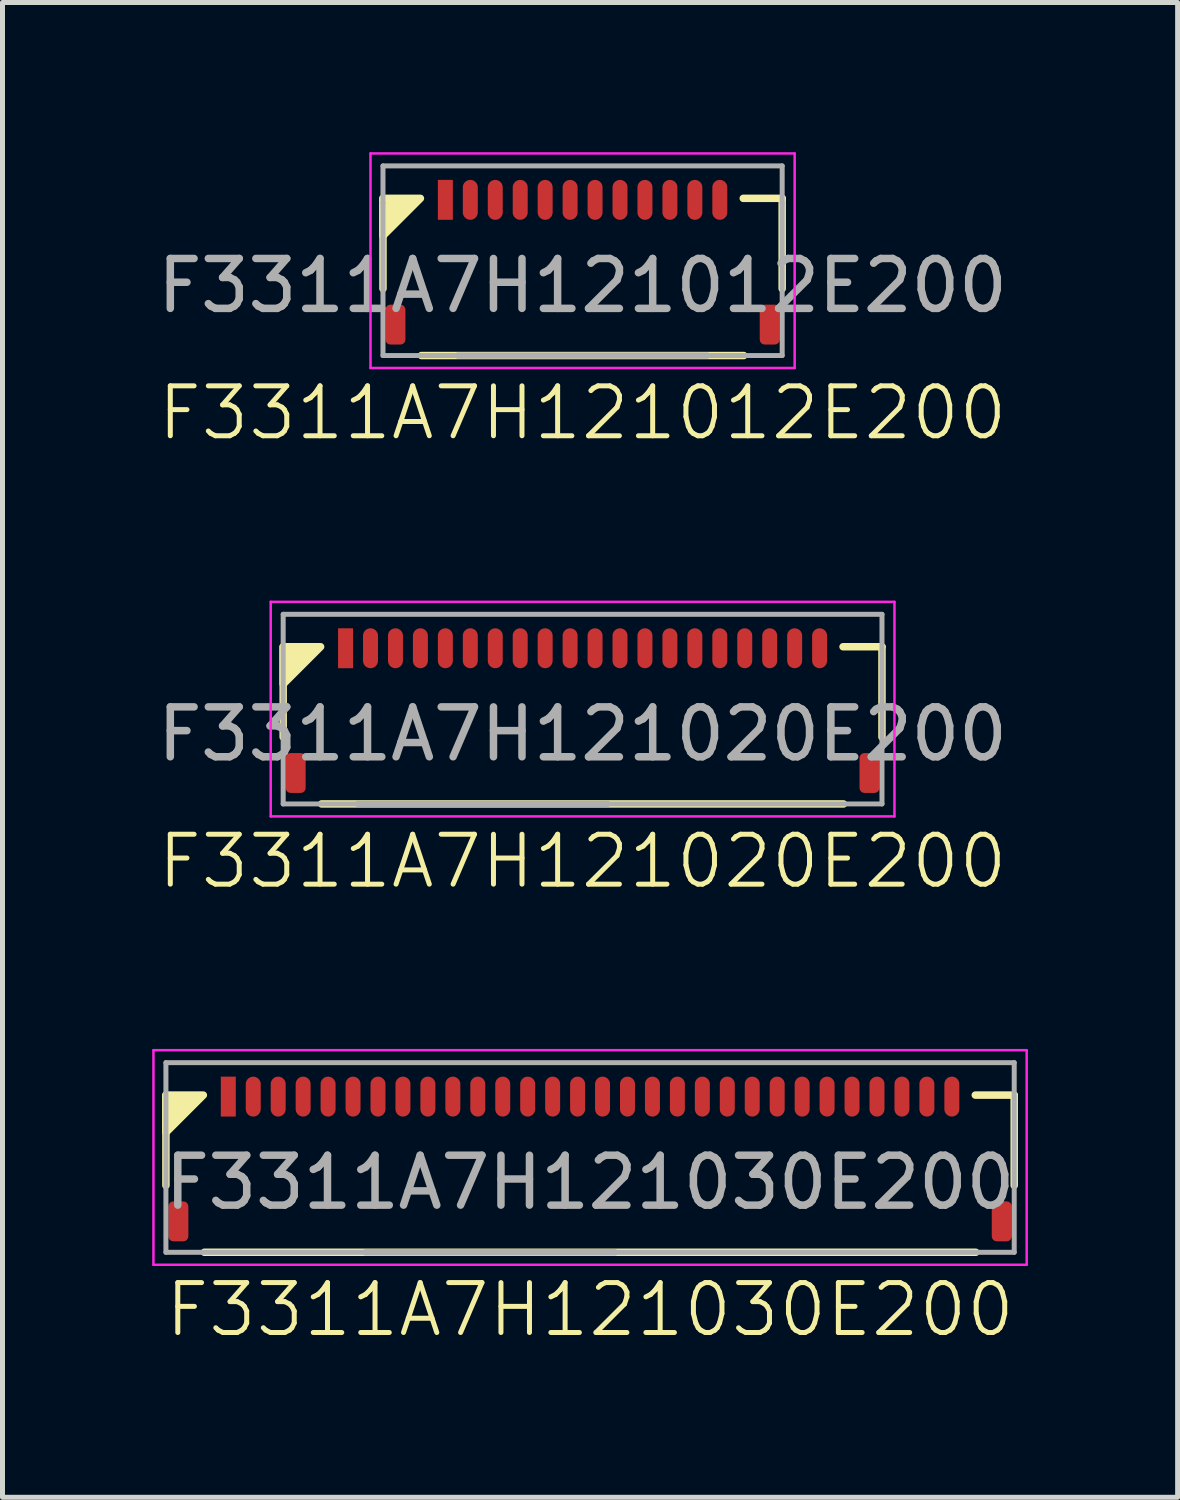
<source format=kicad_pcb>
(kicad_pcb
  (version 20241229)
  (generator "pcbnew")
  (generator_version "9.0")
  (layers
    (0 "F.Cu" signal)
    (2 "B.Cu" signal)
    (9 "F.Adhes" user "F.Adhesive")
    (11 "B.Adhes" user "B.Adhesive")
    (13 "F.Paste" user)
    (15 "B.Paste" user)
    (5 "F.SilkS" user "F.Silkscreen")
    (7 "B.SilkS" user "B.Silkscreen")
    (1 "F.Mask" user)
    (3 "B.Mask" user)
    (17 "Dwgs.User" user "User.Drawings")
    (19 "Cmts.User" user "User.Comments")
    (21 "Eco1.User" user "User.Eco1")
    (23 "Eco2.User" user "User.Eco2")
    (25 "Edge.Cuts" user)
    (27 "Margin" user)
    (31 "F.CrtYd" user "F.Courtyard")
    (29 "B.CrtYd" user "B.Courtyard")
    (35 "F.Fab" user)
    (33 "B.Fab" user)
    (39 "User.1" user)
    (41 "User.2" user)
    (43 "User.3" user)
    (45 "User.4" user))
  (footprint "F3311A7H121012E200"
    (layer "F.Cu")
    (at 8.625 2.675)
    (property "Reference" "F3311A7H121012E200" (at 0 2.55 0) (layer "F.SilkS") (effects (font (size 1 1) (thickness 0.1))))
    (attr smd)
    (fp_line (start -4 0.06) (end -4 -1.75) (stroke (width 0.15) (type solid)) (layer "F.SilkS"))
    (fp_line (start -3.23 1.4) (end 3.23 1.4) (stroke (width 0.15) (type solid)) (layer "F.SilkS"))
    (fp_line (start 3.22 -1.75) (end 4 -1.75) (stroke (width 0.15) (type solid)) (layer "F.SilkS"))
    (fp_line (start 4 0.06) (end 4 -1.75) (stroke (width 0.15) (type solid)) (layer "F.SilkS"))
    (fp_poly (pts (xy -3.25 -1.75) (xy -4 -1.75) (xy -4 -1)) (stroke (width 0.15) (type solid)) (fill yes) (layer "F.SilkS"))
    (fp_line (start -4.25 -2.65) (end -4.25 1.65) (stroke (width 0.05) (type solid)) (layer "F.CrtYd"))
    (fp_line (start -4.25 1.65) (end 4.25 1.65) (stroke (width 0.05) (type solid)) (layer "F.CrtYd"))
    (fp_line (start 4.25 -2.65) (end -4.25 -2.65) (stroke (width 0.05) (type solid)) (layer "F.CrtYd"))
    (fp_line (start 4.25 1.65) (end 4.25 -2.65) (stroke (width 0.05) (type solid)) (layer "F.CrtYd"))
    (fp_line (start -4 -2.4) (end 4 -2.4) (stroke (width 0.1) (type solid)) (layer "F.Fab"))
    (fp_line (start -4 -1.65) (end -4 -2.4) (stroke (width 0.1) (type solid)) (layer "F.Fab"))
    (fp_line (start -4 -1.65) (end -4 1.4) (stroke (width 0.1) (type solid)) (layer "F.Fab"))
    (fp_line (start -4 1.4) (end 4 1.4) (stroke (width 0.1) (type solid)) (layer "F.Fab"))
    (fp_line (start -2.5 1.4) (end 2.5 1.4) (stroke (width 0.127) (type solid)) (layer "F.Fab"))
    (fp_line (start 4 -2.4) (end 4 -1.65) (stroke (width 0.1) (type solid)) (layer "F.Fab"))
    (fp_line (start 4 1.4) (end 4 -1.65) (stroke (width 0.1) (type solid)) (layer "F.Fab"))
    (fp_text user "${REFERENCE}" (at 0 0 0) (layer "F.Fab") (effects (font (size 1 1) (thickness 0.15))))
    (pad "1" smd rect (at -2.75 -1.72) (size 0.3 0.8) (layers "F.Cu" "F.Mask" "F.Paste"))
    (pad "2" smd oval (at -2.25 -1.72) (size 0.3 0.8) (layers "F.Cu" "F.Mask" "F.Paste"))
    (pad "3" smd oval (at -1.75 -1.72) (size 0.3 0.8) (layers "F.Cu" "F.Mask" "F.Paste"))
    (pad "4" smd oval (at -1.25 -1.72) (size 0.3 0.8) (layers "F.Cu" "F.Mask" "F.Paste"))
    (pad "5" smd oval (at -0.75 -1.72) (size 0.3 0.8) (layers "F.Cu" "F.Mask" "F.Paste"))
    (pad "6" smd oval (at -0.25 -1.72) (size 0.3 0.8) (layers "F.Cu" "F.Mask" "F.Paste"))
    (pad "7" smd oval (at 0.25 -1.72) (size 0.3 0.8) (layers "F.Cu" "F.Mask" "F.Paste"))
    (pad "8" smd oval (at 0.75 -1.72) (size 0.3 0.8) (layers "F.Cu" "F.Mask" "F.Paste"))
    (pad "9" smd oval (at 1.25 -1.72) (size 0.3 0.8) (layers "F.Cu" "F.Mask" "F.Paste"))
    (pad "10" smd oval (at 1.75 -1.72) (size 0.3 0.8) (layers "F.Cu" "F.Mask" "F.Paste"))
    (pad "11" smd oval (at 2.25 -1.72) (size 0.3 0.8) (layers "F.Cu" "F.Mask" "F.Paste"))
    (pad "12" smd oval (at 2.75 -1.72) (size 0.3 0.8) (layers "F.Cu" "F.Mask" "F.Paste"))
    (pad "S" smd roundrect (at -3.75 0.78) (size 0.4 0.8) (layers "F.Cu" "F.Mask" "F.Paste") (roundrect_rratio 0.25))
    (pad "S" smd roundrect (at 3.75 0.78) (size 0.4 0.8) (layers "F.Cu" "F.Mask" "F.Paste") (roundrect_rratio 0.25)))
  (footprint "F3311A7H121020E200"
    (layer "F.Cu")
    (at 8.625 11.661)
    (property "Reference" "F3311A7H121020E200" (at 0 2.55 0) (unlocked yes) (layer "F.SilkS") (effects (font (size 1 1) (thickness 0.1))))
    (attr smd)
    (fp_line (start -6 0.06) (end -6 -1.75) (stroke (width 0.15) (type solid)) (layer "F.SilkS"))
    (fp_line (start -5.23 1.4) (end 5.23 1.4) (stroke (width 0.15) (type solid)) (layer "F.SilkS"))
    (fp_line (start 5.22 -1.75) (end 6 -1.75) (stroke (width 0.15) (type solid)) (layer "F.SilkS"))
    (fp_line (start 6 0.06) (end 6 -1.75) (stroke (width 0.15) (type solid)) (layer "F.SilkS"))
    (fp_poly (pts (xy -5.25 -1.75) (xy -6 -1.75) (xy -6 -1)) (stroke (width 0.15) (type solid)) (fill yes) (layer "F.SilkS"))
    (fp_line (start -6.25 -2.65) (end -6.25 1.65) (stroke (width 0.05) (type solid)) (layer "F.CrtYd"))
    (fp_line (start -6.25 1.65) (end 6.25 1.65) (stroke (width 0.05) (type solid)) (layer "F.CrtYd"))
    (fp_line (start 6.25 -2.65) (end -6.25 -2.65) (stroke (width 0.05) (type solid)) (layer "F.CrtYd"))
    (fp_line (start 6.25 1.65) (end 6.25 -2.65) (stroke (width 0.05) (type solid)) (layer "F.CrtYd"))
    (fp_line (start -6 -2.4) (end -6 1.4) (stroke (width 0.1) (type solid)) (layer "F.Fab"))
    (fp_line (start -6 -2.4) (end 6 -2.4) (stroke (width 0.1) (type solid)) (layer "F.Fab"))
    (fp_line (start -6 1.4) (end 6 1.4) (stroke (width 0.1) (type solid)) (layer "F.Fab"))
    (fp_line (start -4.5 1.4) (end 0.5 1.4) (stroke (width 0.127) (type solid)) (layer "F.Fab"))
    (fp_line (start 6 1.4) (end 6 -2.4) (stroke (width 0.1) (type solid)) (layer "F.Fab"))
    (fp_text user "${REFERENCE}" (at 0 0 0) (unlocked yes) (layer "F.Fab") (effects (font (size 1 1) (thickness 0.15))))
    (pad "1" smd rect (at -4.75 -1.72) (size 0.3 0.8) (layers "F.Cu" "F.Mask" "F.Paste"))
    (pad "2" smd oval (at -4.25 -1.72) (size 0.3 0.8) (layers "F.Cu" "F.Mask" "F.Paste"))
    (pad "3" smd oval (at -3.75 -1.72) (size 0.3 0.8) (layers "F.Cu" "F.Mask" "F.Paste"))
    (pad "4" smd oval (at -3.25 -1.72) (size 0.3 0.8) (layers "F.Cu" "F.Mask" "F.Paste"))
    (pad "5" smd oval (at -2.75 -1.72) (size 0.3 0.8) (layers "F.Cu" "F.Mask" "F.Paste"))
    (pad "6" smd oval (at -2.25 -1.72) (size 0.3 0.8) (layers "F.Cu" "F.Mask" "F.Paste"))
    (pad "7" smd oval (at -1.75 -1.72) (size 0.3 0.8) (layers "F.Cu" "F.Mask" "F.Paste"))
    (pad "8" smd oval (at -1.25 -1.72) (size 0.3 0.8) (layers "F.Cu" "F.Mask" "F.Paste"))
    (pad "9" smd oval (at -0.75 -1.72) (size 0.3 0.8) (layers "F.Cu" "F.Mask" "F.Paste"))
    (pad "10" smd oval (at -0.25 -1.72) (size 0.3 0.8) (layers "F.Cu" "F.Mask" "F.Paste"))
    (pad "11" smd oval (at 0.25 -1.72) (size 0.3 0.8) (layers "F.Cu" "F.Mask" "F.Paste"))
    (pad "12" smd oval (at 0.75 -1.72) (size 0.3 0.8) (layers "F.Cu" "F.Mask" "F.Paste"))
    (pad "13" smd oval (at 1.25 -1.72) (size 0.3 0.8) (layers "F.Cu" "F.Mask" "F.Paste"))
    (pad "14" smd oval (at 1.75 -1.72) (size 0.3 0.8) (layers "F.Cu" "F.Mask" "F.Paste"))
    (pad "15" smd oval (at 2.25 -1.72) (size 0.3 0.8) (layers "F.Cu" "F.Mask" "F.Paste"))
    (pad "16" smd oval (at 2.75 -1.72) (size 0.3 0.8) (layers "F.Cu" "F.Mask" "F.Paste"))
    (pad "17" smd oval (at 3.25 -1.72) (size 0.3 0.8) (layers "F.Cu" "F.Mask" "F.Paste"))
    (pad "18" smd oval (at 3.75 -1.72) (size 0.3 0.8) (layers "F.Cu" "F.Mask" "F.Paste"))
    (pad "19" smd oval (at 4.25 -1.72) (size 0.3 0.8) (layers "F.Cu" "F.Mask" "F.Paste"))
    (pad "20" smd oval (at 4.75 -1.72) (size 0.3 0.8) (layers "F.Cu" "F.Mask" "F.Paste"))
    (pad "S" smd roundrect (at -5.75 0.78) (size 0.4 0.8) (layers "F.Cu" "F.Mask" "F.Paste") (roundrect_rratio 0.25))
    (pad "S" smd roundrect (at 5.75 0.78) (size 0.4 0.8) (layers "F.Cu" "F.Mask" "F.Paste") (roundrect_rratio 0.25)))
  (footprint "F3311A7H121030E200"
    (layer "F.Cu")
    (at 8.775 20.646)
    (property "Reference" "F3311A7H121030E200" (at 0 2.55 0) (unlocked yes) (layer "F.SilkS") (effects (font (size 1 1) (thickness 0.1))))
    (attr smd)
    (fp_line (start -8.5 0.06) (end -8.5 -1.75) (stroke (width 0.15) (type solid)) (layer "F.SilkS"))
    (fp_line (start -7.73 1.4) (end 7.73 1.4) (stroke (width 0.15) (type solid)) (layer "F.SilkS"))
    (fp_line (start 7.72 -1.75) (end 8.5 -1.75) (stroke (width 0.15) (type solid)) (layer "F.SilkS"))
    (fp_line (start 8.5 0.06) (end 8.5 -1.75) (stroke (width 0.15) (type solid)) (layer "F.SilkS"))
    (fp_poly (pts (xy -7.75 -1.75) (xy -8.5 -1.75) (xy -8.5 -1)) (stroke (width 0.15) (type solid)) (fill yes) (layer "F.SilkS"))
    (fp_line (start -8.75 -2.65) (end -8.75 1.65) (stroke (width 0.05) (type solid)) (layer "F.CrtYd"))
    (fp_line (start -8.75 1.65) (end 8.75 1.65) (stroke (width 0.05) (type solid)) (layer "F.CrtYd"))
    (fp_line (start 8.75 -2.65) (end -8.75 -2.65) (stroke (width 0.05) (type solid)) (layer "F.CrtYd"))
    (fp_line (start 8.75 1.65) (end 8.75 -2.65) (stroke (width 0.05) (type solid)) (layer "F.CrtYd"))
    (fp_line (start -8.5 -2.4) (end -8.5 1.4) (stroke (width 0.1) (type solid)) (layer "F.Fab"))
    (fp_line (start -8.5 -2.4) (end 8.5 -2.4) (stroke (width 0.1) (type solid)) (layer "F.Fab"))
    (fp_line (start -8.5 1.4) (end 8.5 1.4) (stroke (width 0.1) (type solid)) (layer "F.Fab"))
    (fp_line (start -4.5 1.4) (end 0.5 1.4) (stroke (width 0.127) (type solid)) (layer "F.Fab"))
    (fp_line (start 8.5 1.4) (end 8.5 -2.4) (stroke (width 0.1) (type solid)) (layer "F.Fab"))
    (fp_text user "${REFERENCE}" (at 0 0 0) (unlocked yes) (layer "F.Fab") (effects (font (size 1 1) (thickness 0.15))))
    (pad "1" smd rect (at -7.25 -1.72) (size 0.3 0.8) (layers "F.Cu" "F.Mask" "F.Paste"))
    (pad "2" smd oval (at -6.75 -1.72) (size 0.3 0.8) (layers "F.Cu" "F.Mask" "F.Paste"))
    (pad "3" smd oval (at -6.25 -1.72) (size 0.3 0.8) (layers "F.Cu" "F.Mask" "F.Paste"))
    (pad "4" smd oval (at -5.75 -1.72) (size 0.3 0.8) (layers "F.Cu" "F.Mask" "F.Paste"))
    (pad "5" smd oval (at -5.25 -1.72) (size 0.3 0.8) (layers "F.Cu" "F.Mask" "F.Paste"))
    (pad "6" smd oval (at -4.75 -1.72) (size 0.3 0.8) (layers "F.Cu" "F.Mask" "F.Paste"))
    (pad "7" smd oval (at -4.25 -1.72) (size 0.3 0.8) (layers "F.Cu" "F.Mask" "F.Paste"))
    (pad "8" smd oval (at -3.75 -1.72) (size 0.3 0.8) (layers "F.Cu" "F.Mask" "F.Paste"))
    (pad "9" smd oval (at -3.25 -1.72) (size 0.3 0.8) (layers "F.Cu" "F.Mask" "F.Paste"))
    (pad "10" smd oval (at -2.75 -1.72) (size 0.3 0.8) (layers "F.Cu" "F.Mask" "F.Paste"))
    (pad "11" smd oval (at -2.25 -1.72) (size 0.3 0.8) (layers "F.Cu" "F.Mask" "F.Paste"))
    (pad "12" smd oval (at -1.75 -1.72) (size 0.3 0.8) (layers "F.Cu" "F.Mask" "F.Paste"))
    (pad "13" smd oval (at -1.25 -1.72) (size 0.3 0.8) (layers "F.Cu" "F.Mask" "F.Paste"))
    (pad "14" smd oval (at -0.75 -1.72) (size 0.3 0.8) (layers "F.Cu" "F.Mask" "F.Paste"))
    (pad "15" smd oval (at -0.25 -1.72) (size 0.3 0.8) (layers "F.Cu" "F.Mask" "F.Paste"))
    (pad "16" smd oval (at 0.25 -1.72) (size 0.3 0.8) (layers "F.Cu" "F.Mask" "F.Paste"))
    (pad "17" smd oval (at 0.75 -1.72) (size 0.3 0.8) (layers "F.Cu" "F.Mask" "F.Paste"))
    (pad "18" smd oval (at 1.25 -1.72) (size 0.3 0.8) (layers "F.Cu" "F.Mask" "F.Paste"))
    (pad "19" smd oval (at 1.75 -1.72) (size 0.3 0.8) (layers "F.Cu" "F.Mask" "F.Paste"))
    (pad "20" smd oval (at 2.25 -1.72) (size 0.3 0.8) (layers "F.Cu" "F.Mask" "F.Paste"))
    (pad "21" smd oval (at 2.75 -1.72) (size 0.3 0.8) (layers "F.Cu" "F.Mask" "F.Paste"))
    (pad "22" smd oval (at 3.25 -1.72) (size 0.3 0.8) (layers "F.Cu" "F.Mask" "F.Paste"))
    (pad "23" smd oval (at 3.75 -1.72) (size 0.3 0.8) (layers "F.Cu" "F.Mask" "F.Paste"))
    (pad "24" smd oval (at 4.25 -1.72) (size 0.3 0.8) (layers "F.Cu" "F.Mask" "F.Paste"))
    (pad "25" smd oval (at 4.75 -1.72) (size 0.3 0.8) (layers "F.Cu" "F.Mask" "F.Paste"))
    (pad "26" smd oval (at 5.25 -1.72) (size 0.3 0.8) (layers "F.Cu" "F.Mask" "F.Paste"))
    (pad "27" smd oval (at 5.75 -1.72) (size 0.3 0.8) (layers "F.Cu" "F.Mask" "F.Paste"))
    (pad "28" smd oval (at 6.25 -1.72) (size 0.3 0.8) (layers "F.Cu" "F.Mask" "F.Paste"))
    (pad "29" smd oval (at 6.75 -1.72) (size 0.3 0.8) (layers "F.Cu" "F.Mask" "F.Paste"))
    (pad "30" smd oval (at 7.25 -1.72) (size 0.3 0.8) (layers "F.Cu" "F.Mask" "F.Paste"))
    (pad "S" smd roundrect (at -8.25 0.78) (size 0.4 0.8) (layers "F.Cu" "F.Mask" "F.Paste") (roundrect_rratio 0.25))
    (pad "S" smd roundrect (at 8.25 0.78) (size 0.4 0.8) (layers "F.Cu" "F.Mask" "F.Paste") (roundrect_rratio 0.25)))
  (gr_rect
    (start -3 -3)
    (end 20.55 26.956)
    (stroke (width 0.1) (type default))
    (fill no)
    (layer "Edge.Cuts")))
</source>
